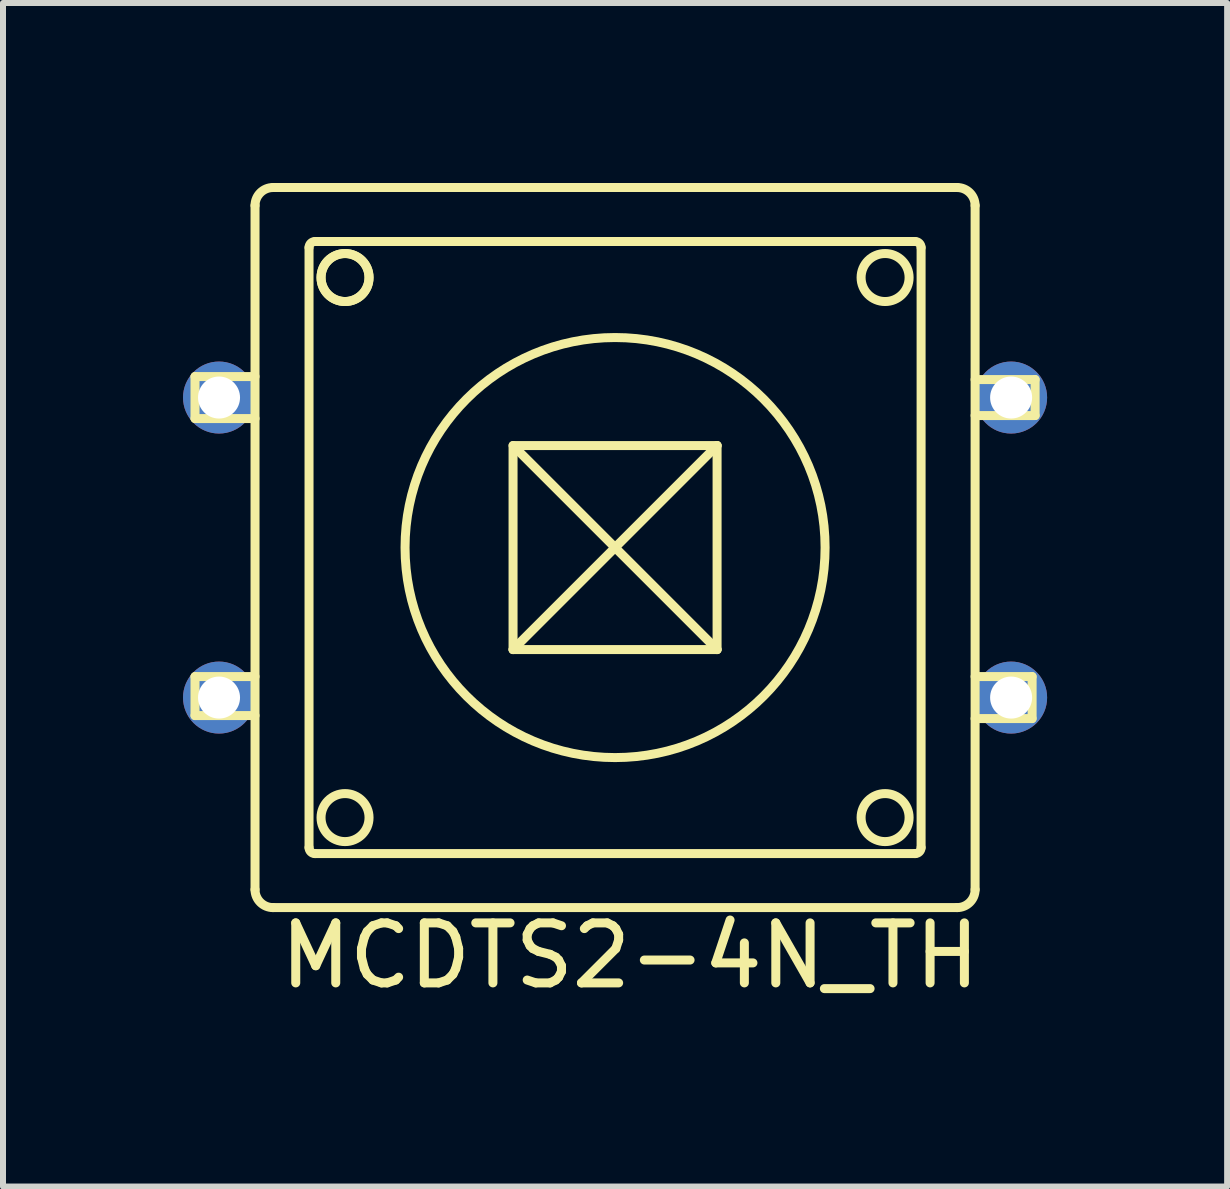
<source format=kicad_pcb>
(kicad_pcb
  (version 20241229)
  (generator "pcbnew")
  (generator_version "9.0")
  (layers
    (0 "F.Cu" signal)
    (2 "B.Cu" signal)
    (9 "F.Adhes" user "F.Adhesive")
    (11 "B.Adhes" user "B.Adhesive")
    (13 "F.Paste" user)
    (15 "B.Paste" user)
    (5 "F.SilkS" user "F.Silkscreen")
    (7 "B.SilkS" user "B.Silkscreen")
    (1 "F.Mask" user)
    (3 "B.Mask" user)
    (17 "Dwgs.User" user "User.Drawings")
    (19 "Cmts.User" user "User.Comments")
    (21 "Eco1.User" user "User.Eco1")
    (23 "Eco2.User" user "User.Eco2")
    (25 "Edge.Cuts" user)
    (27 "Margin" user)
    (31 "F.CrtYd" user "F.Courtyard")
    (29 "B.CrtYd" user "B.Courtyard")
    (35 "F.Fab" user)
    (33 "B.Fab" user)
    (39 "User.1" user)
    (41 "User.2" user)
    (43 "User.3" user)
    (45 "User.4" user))
  (footprint "MCDTS2-4N_TH"
    (layer "F.Cu")
    (at 7.2 6.075)
    (property "Reference" "MCDTS2-4N_TH" (at 0.25 6.8 0) (layer "F.SilkS") (effects (font (size 1 1) (thickness 0.15))))
    (attr through_hole)
    (fp_line (start -7 -2.85) (end -7 -2.15) (stroke (width 0.15) (type solid)) (layer "F.SilkS"))
    (fp_line (start -7 -2.15) (end -6 -2.15) (stroke (width 0.15) (type solid)) (layer "F.SilkS"))
    (fp_line (start -7 2.15) (end -6 2.15) (stroke (width 0.15) (type solid)) (layer "F.SilkS"))
    (fp_line (start -7 2.8) (end -7 2.15) (stroke (width 0.15) (type solid)) (layer "F.SilkS"))
    (fp_line (start -6 -2.85) (end -7 -2.85) (stroke (width 0.15) (type solid)) (layer "F.SilkS"))
    (fp_line (start -6 2.8) (end -7 2.8) (stroke (width 0.15) (type solid)) (layer "F.SilkS"))
    (fp_line (start -6 5.7) (end -6 -5.7) (stroke (width 0.15) (type solid)) (layer "F.SilkS"))
    (fp_line (start -5.7 -6) (end 5.7 -6) (stroke (width 0.15) (type solid)) (layer "F.SilkS"))
    (fp_line (start -5.1 5) (end -5.1 -5) (stroke (width 0.15) (type solid)) (layer "F.SilkS"))
    (fp_line (start -5 -5.1) (end 5 -5.1) (stroke (width 0.15) (type solid)) (layer "F.SilkS"))
    (fp_line (start -1.7 -1.7) (end 1.7 -1.7) (stroke (width 0.15) (type solid)) (layer "F.SilkS"))
    (fp_line (start -1.7 1.7) (end -1.7 -1.7) (stroke (width 0.15) (type solid)) (layer "F.SilkS"))
    (fp_line (start -1.65 -1.65) (end 1.7 1.7) (stroke (width 0.15) (type solid)) (layer "F.SilkS"))
    (fp_line (start 1.7 -1.7) (end -1.7 1.7) (stroke (width 0.15) (type solid)) (layer "F.SilkS"))
    (fp_line (start 1.7 -1.7) (end 1.7 1.7) (stroke (width 0.15) (type solid)) (layer "F.SilkS"))
    (fp_line (start 1.7 1.7) (end -1.7 1.7) (stroke (width 0.15) (type solid)) (layer "F.SilkS"))
    (fp_line (start 5 5.1) (end -5 5.1) (stroke (width 0.15) (type solid)) (layer "F.SilkS"))
    (fp_line (start 5.1 -5) (end 5.1 5) (stroke (width 0.15) (type solid)) (layer "F.SilkS"))
    (fp_line (start 5.7 6) (end -5.7 6) (stroke (width 0.15) (type solid)) (layer "F.SilkS"))
    (fp_line (start 6 -5.7) (end 6 5.7) (stroke (width 0.15) (type solid)) (layer "F.SilkS"))
    (fp_line (start 6 -2.8) (end 7 -2.8) (stroke (width 0.15) (type solid)) (layer "F.SilkS"))
    (fp_line (start 6 2.15) (end 6.95 2.15) (stroke (width 0.15) (type solid)) (layer "F.SilkS"))
    (fp_line (start 6.95 2.15) (end 6.95 2.85) (stroke (width 0.15) (type solid)) (layer "F.SilkS"))
    (fp_line (start 6.95 2.85) (end 6 2.85) (stroke (width 0.15) (type solid)) (layer "F.SilkS"))
    (fp_line (start 7 -2.8) (end 7 -2.2) (stroke (width 0.15) (type solid)) (layer "F.SilkS"))
    (fp_line (start 7 -2.2) (end 6 -2.2) (stroke (width 0.15) (type solid)) (layer "F.SilkS"))
    (fp_arc (start -6 -5.7) (mid -5.912132 -5.912132) (end -5.7 -6) (stroke (width 0.15) (type solid)) (layer "F.SilkS"))
    (fp_arc (start -5.7 6) (mid -5.912132 5.912132) (end -6 5.7) (stroke (width 0.15) (type solid)) (layer "F.SilkS"))
    (fp_arc (start -5.1 -5) (mid -5.070711 -5.070711) (end -5 -5.1) (stroke (width 0.15) (type solid)) (layer "F.SilkS"))
    (fp_arc (start -5 5.1) (mid -5.070711 5.070711) (end -5.1 5) (stroke (width 0.15) (type solid)) (layer "F.SilkS"))
    (fp_arc (start 5 -5.1) (mid 5.070711 -5.070711) (end 5.1 -5) (stroke (width 0.15) (type solid)) (layer "F.SilkS"))
    (fp_arc (start 5.1 5) (mid 5.070711 5.070711) (end 5 5.1) (stroke (width 0.15) (type solid)) (layer "F.SilkS"))
    (fp_arc (start 5.7 -6) (mid 5.912132 -5.912132) (end 6 -5.7) (stroke (width 0.15) (type solid)) (layer "F.SilkS"))
    (fp_arc (start 6 5.7) (mid 5.912132 5.912132) (end 5.7 6) (stroke (width 0.15) (type solid)) (layer "F.SilkS"))
    (fp_circle (center -4.5 -4.5) (end -4.5 -4.9) (stroke (width 0.15) (type solid)) (fill no) (layer "F.SilkS"))
    (fp_circle (center -4.5 -4.5) (end -4.5 -4.9) (stroke (width 0.15) (type solid)) (fill no) (layer "F.SilkS"))
    (fp_circle (center -4.5 4.5) (end -4.5 4.1) (stroke (width 0.15) (type solid)) (fill no) (layer "F.SilkS"))
    (fp_circle (center 0 0) (end 3.5 0) (stroke (width 0.15) (type solid)) (fill no) (layer "F.SilkS"))
    (fp_circle (center 4.5 -4.5) (end 4.5 -4.9) (stroke (width 0.15) (type solid)) (fill no) (layer "F.SilkS"))
    (fp_circle (center 4.5 4.5) (end 4.5 4.1) (stroke (width 0.15) (type solid)) (fill no) (layer "F.SilkS"))
    (pad "1" thru_hole circle (at -6.6 -2.5) (size 1.2 1.2) (drill 0.7) (layers "*.Cu" "*.Mask"))
    (pad "2" thru_hole circle (at 6.6 -2.5) (size 1.2 1.2) (drill 0.7) (layers "*.Cu" "*.Mask"))
    (pad "3" thru_hole circle (at -6.6 2.5) (size 1.2 1.2) (drill 0.7) (layers "*.Cu" "*.Mask"))
    (pad "4" thru_hole circle (at 6.6 2.5) (size 1.2 1.2) (drill 0.7) (layers "*.Cu" "*.Mask")))
  (gr_rect
    (start -3 -3)
    (end 17.4 16.723)
    (stroke (width 0.1) (type default))
    (fill no)
    (layer "Edge.Cuts")))
</source>
